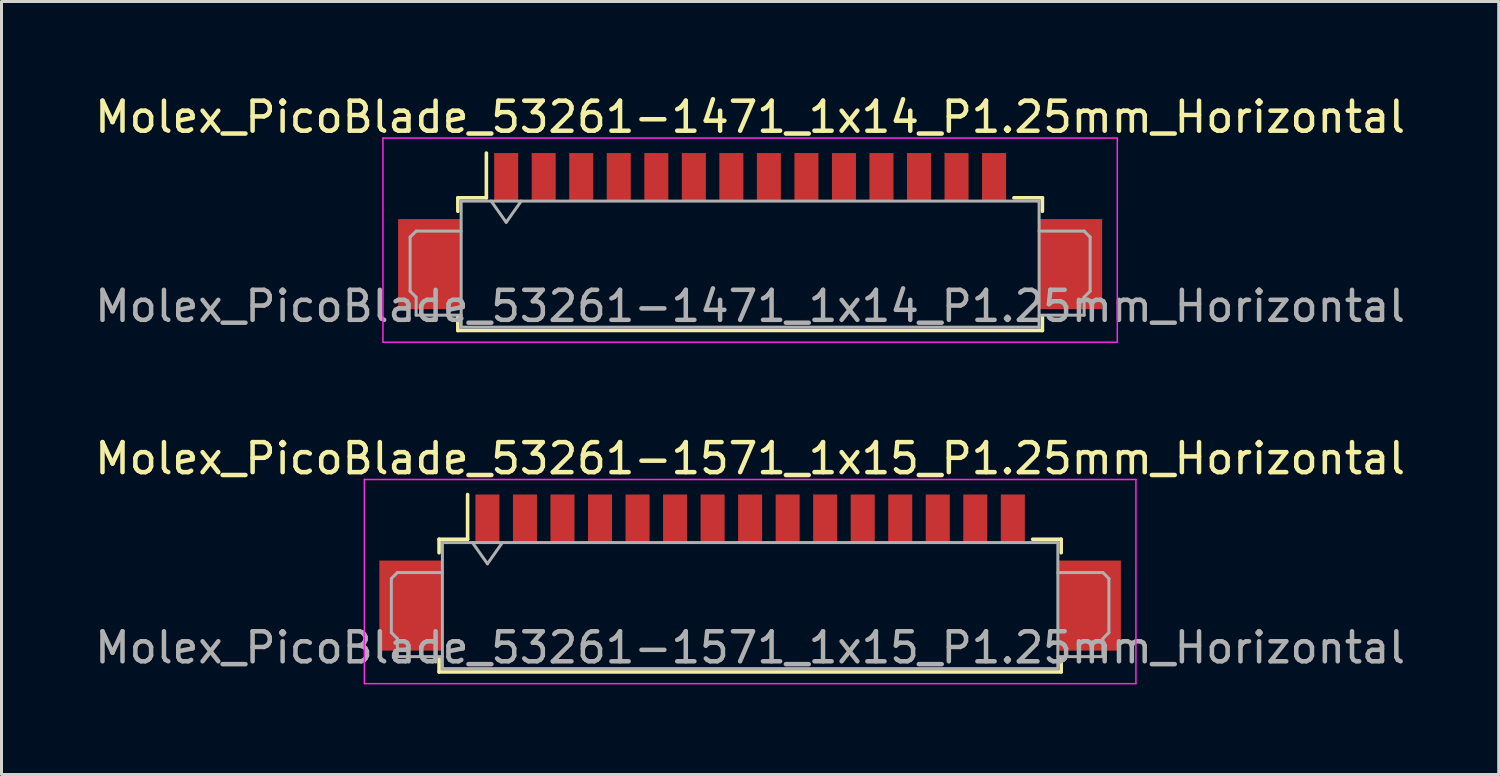
<source format=kicad_pcb>
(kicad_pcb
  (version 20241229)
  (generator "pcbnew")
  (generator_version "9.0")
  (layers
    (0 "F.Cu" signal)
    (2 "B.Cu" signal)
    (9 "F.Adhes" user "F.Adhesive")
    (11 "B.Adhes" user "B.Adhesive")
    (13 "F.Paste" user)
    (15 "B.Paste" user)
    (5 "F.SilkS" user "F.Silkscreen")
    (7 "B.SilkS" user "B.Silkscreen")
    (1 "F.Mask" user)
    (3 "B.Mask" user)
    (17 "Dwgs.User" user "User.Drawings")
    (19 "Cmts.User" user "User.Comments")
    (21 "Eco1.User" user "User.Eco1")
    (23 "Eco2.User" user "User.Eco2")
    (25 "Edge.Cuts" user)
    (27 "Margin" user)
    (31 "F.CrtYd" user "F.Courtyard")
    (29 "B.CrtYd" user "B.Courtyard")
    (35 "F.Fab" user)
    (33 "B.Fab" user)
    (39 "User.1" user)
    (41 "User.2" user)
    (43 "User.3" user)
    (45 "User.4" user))
  (footprint "Molex_PicoBlade_53261-1571_1x15_P1.25mm_Horizontal"
    (layer "F.Cu")
    (at 21.935 16.021)
    (property "Reference" "Molex_PicoBlade_53261-1571_1x15_P1.25mm_Horizontal" (at 0 -3.8 0) (layer "F.SilkS") (effects (font (size 1 1) (thickness 0.15))))
    (attr smd)
    (fp_line (start -10.36 -1.11) (end -9.41 -1.11) (stroke (width 0.12) (type solid)) (layer "F.SilkS"))
    (fp_line (start -10.36 -0.66) (end -10.36 -1.11) (stroke (width 0.12) (type solid)) (layer "F.SilkS"))
    (fp_line (start -10.36 2.86) (end -10.36 3.31) (stroke (width 0.12) (type solid)) (layer "F.SilkS"))
    (fp_line (start -10.36 3.31) (end 10.36 3.31) (stroke (width 0.12) (type solid)) (layer "F.SilkS"))
    (fp_line (start -9.41 -1.11) (end -9.41 -2.6) (stroke (width 0.12) (type solid)) (layer "F.SilkS"))
    (fp_line (start 10.36 -1.11) (end 9.41 -1.11) (stroke (width 0.12) (type solid)) (layer "F.SilkS"))
    (fp_line (start 10.36 -0.66) (end 10.36 -1.11) (stroke (width 0.12) (type solid)) (layer "F.SilkS"))
    (fp_line (start 10.36 3.31) (end 10.36 2.86) (stroke (width 0.12) (type solid)) (layer "F.SilkS"))
    (fp_line (start -12.85 -3.1) (end -12.85 3.7) (stroke (width 0.05) (type solid)) (layer "F.CrtYd"))
    (fp_line (start -12.85 3.7) (end 12.85 3.7) (stroke (width 0.05) (type solid)) (layer "F.CrtYd"))
    (fp_line (start 12.85 -3.1) (end -12.85 -3.1) (stroke (width 0.05) (type solid)) (layer "F.CrtYd"))
    (fp_line (start 12.85 3.7) (end 12.85 -3.1) (stroke (width 0.05) (type solid)) (layer "F.CrtYd"))
    (fp_line (start -11.95 0.2) (end -11.95 2) (stroke (width 0.1) (type solid)) (layer "F.Fab"))
    (fp_line (start -11.95 2) (end -11.75 2.2) (stroke (width 0.1) (type solid)) (layer "F.Fab"))
    (fp_line (start -11.75 0) (end -11.95 0.2) (stroke (width 0.1) (type solid)) (layer "F.Fab"))
    (fp_line (start -11.75 2.2) (end -11.75 2.8) (stroke (width 0.1) (type solid)) (layer "F.Fab"))
    (fp_line (start -11.75 2.8) (end -10.25 2.8) (stroke (width 0.1) (type solid)) (layer "F.Fab"))
    (fp_line (start -10.25 -1) (end -10.25 3.2) (stroke (width 0.1) (type solid)) (layer "F.Fab"))
    (fp_line (start -10.25 -1) (end 10.25 -1) (stroke (width 0.1) (type solid)) (layer "F.Fab"))
    (fp_line (start -10.25 0) (end -11.75 0) (stroke (width 0.1) (type solid)) (layer "F.Fab"))
    (fp_line (start -10.25 3.2) (end 10.25 3.2) (stroke (width 0.1) (type solid)) (layer "F.Fab"))
    (fp_line (start -9.25 -1) (end -8.75 -0.293) (stroke (width 0.1) (type solid)) (layer "F.Fab"))
    (fp_line (start -8.75 -0.293) (end -8.25 -1) (stroke (width 0.1) (type solid)) (layer "F.Fab"))
    (fp_line (start 10.25 -1) (end 10.25 3.2) (stroke (width 0.1) (type solid)) (layer "F.Fab"))
    (fp_line (start 10.25 0) (end 11.75 0) (stroke (width 0.1) (type solid)) (layer "F.Fab"))
    (fp_line (start 11.75 0) (end 11.95 0.2) (stroke (width 0.1) (type solid)) (layer "F.Fab"))
    (fp_line (start 11.75 2.2) (end 11.75 2.8) (stroke (width 0.1) (type solid)) (layer "F.Fab"))
    (fp_line (start 11.75 2.8) (end 10.25 2.8) (stroke (width 0.1) (type solid)) (layer "F.Fab"))
    (fp_line (start 11.95 0.2) (end 11.95 2) (stroke (width 0.1) (type solid)) (layer "F.Fab"))
    (fp_line (start 11.95 2) (end 11.75 2.2) (stroke (width 0.1) (type solid)) (layer "F.Fab"))
    (fp_text user "${REFERENCE}" (at 0 2.5 0) (layer "F.Fab") (effects (font (size 1 1) (thickness 0.15))))
    (pad "" smd rect (at -11.3 1.1) (size 2.1 3) (layers "F.Cu" "F.Mask" "F.Paste"))
    (pad "" smd rect (at 11.3 1.1) (size 2.1 3) (layers "F.Cu" "F.Mask" "F.Paste"))
    (pad "1" smd rect (at -8.75 -1.8) (size 0.8 1.6) (layers "F.Cu" "F.Mask" "F.Paste"))
    (pad "2" smd rect (at -7.5 -1.8) (size 0.8 1.6) (layers "F.Cu" "F.Mask" "F.Paste"))
    (pad "3" smd rect (at -6.25 -1.8) (size 0.8 1.6) (layers "F.Cu" "F.Mask" "F.Paste"))
    (pad "4" smd rect (at -5 -1.8) (size 0.8 1.6) (layers "F.Cu" "F.Mask" "F.Paste"))
    (pad "5" smd rect (at -3.75 -1.8) (size 0.8 1.6) (layers "F.Cu" "F.Mask" "F.Paste"))
    (pad "6" smd rect (at -2.5 -1.8) (size 0.8 1.6) (layers "F.Cu" "F.Mask" "F.Paste"))
    (pad "7" smd rect (at -1.25 -1.8) (size 0.8 1.6) (layers "F.Cu" "F.Mask" "F.Paste"))
    (pad "8" smd rect (at 0 -1.8) (size 0.8 1.6) (layers "F.Cu" "F.Mask" "F.Paste"))
    (pad "9" smd rect (at 1.25 -1.8) (size 0.8 1.6) (layers "F.Cu" "F.Mask" "F.Paste"))
    (pad "10" smd rect (at 2.5 -1.8) (size 0.8 1.6) (layers "F.Cu" "F.Mask" "F.Paste"))
    (pad "11" smd rect (at 3.75 -1.8) (size 0.8 1.6) (layers "F.Cu" "F.Mask" "F.Paste"))
    (pad "12" smd rect (at 5 -1.8) (size 0.8 1.6) (layers "F.Cu" "F.Mask" "F.Paste"))
    (pad "13" smd rect (at 6.25 -1.8) (size 0.8 1.6) (layers "F.Cu" "F.Mask" "F.Paste"))
    (pad "14" smd rect (at 7.5 -1.8) (size 0.8 1.6) (layers "F.Cu" "F.Mask" "F.Paste"))
    (pad "15" smd rect (at 8.75 -1.8) (size 0.8 1.6) (layers "F.Cu" "F.Mask" "F.Paste")))
  (footprint "Molex_PicoBlade_53261-1471_1x14_P1.25mm_Horizontal"
    (layer "F.Cu")
    (at 21.935 4.648)
    (property "Reference" "Molex_PicoBlade_53261-1471_1x14_P1.25mm_Horizontal" (at 0 -3.8 0) (layer "F.SilkS") (effects (font (size 1 1) (thickness 0.15))))
    (attr smd)
    (fp_line (start -9.735 -1.11) (end -8.785 -1.11) (stroke (width 0.12) (type solid)) (layer "F.SilkS"))
    (fp_line (start -9.735 -0.66) (end -9.735 -1.11) (stroke (width 0.12) (type solid)) (layer "F.SilkS"))
    (fp_line (start -9.735 2.86) (end -9.735 3.31) (stroke (width 0.12) (type solid)) (layer "F.SilkS"))
    (fp_line (start -9.735 3.31) (end 9.735 3.31) (stroke (width 0.12) (type solid)) (layer "F.SilkS"))
    (fp_line (start -8.785 -1.11) (end -8.785 -2.6) (stroke (width 0.12) (type solid)) (layer "F.SilkS"))
    (fp_line (start 9.735 -1.11) (end 8.785 -1.11) (stroke (width 0.12) (type solid)) (layer "F.SilkS"))
    (fp_line (start 9.735 -0.66) (end 9.735 -1.11) (stroke (width 0.12) (type solid)) (layer "F.SilkS"))
    (fp_line (start 9.735 3.31) (end 9.735 2.86) (stroke (width 0.12) (type solid)) (layer "F.SilkS"))
    (fp_line (start -12.23 -3.1) (end -12.23 3.7) (stroke (width 0.05) (type solid)) (layer "F.CrtYd"))
    (fp_line (start -12.23 3.7) (end 12.23 3.7) (stroke (width 0.05) (type solid)) (layer "F.CrtYd"))
    (fp_line (start 12.23 -3.1) (end -12.23 -3.1) (stroke (width 0.05) (type solid)) (layer "F.CrtYd"))
    (fp_line (start 12.23 3.7) (end 12.23 -3.1) (stroke (width 0.05) (type solid)) (layer "F.CrtYd"))
    (fp_line (start -11.325 0.2) (end -11.325 2) (stroke (width 0.1) (type solid)) (layer "F.Fab"))
    (fp_line (start -11.325 2) (end -11.125 2.2) (stroke (width 0.1) (type solid)) (layer "F.Fab"))
    (fp_line (start -11.125 0) (end -11.325 0.2) (stroke (width 0.1) (type solid)) (layer "F.Fab"))
    (fp_line (start -11.125 2.2) (end -11.125 2.8) (stroke (width 0.1) (type solid)) (layer "F.Fab"))
    (fp_line (start -11.125 2.8) (end -9.625 2.8) (stroke (width 0.1) (type solid)) (layer "F.Fab"))
    (fp_line (start -9.625 -1) (end -9.625 3.2) (stroke (width 0.1) (type solid)) (layer "F.Fab"))
    (fp_line (start -9.625 -1) (end 9.625 -1) (stroke (width 0.1) (type solid)) (layer "F.Fab"))
    (fp_line (start -9.625 0) (end -11.125 0) (stroke (width 0.1) (type solid)) (layer "F.Fab"))
    (fp_line (start -9.625 3.2) (end 9.625 3.2) (stroke (width 0.1) (type solid)) (layer "F.Fab"))
    (fp_line (start -8.625 -1) (end -8.125 -0.293) (stroke (width 0.1) (type solid)) (layer "F.Fab"))
    (fp_line (start -8.125 -0.293) (end -7.625 -1) (stroke (width 0.1) (type solid)) (layer "F.Fab"))
    (fp_line (start 9.625 -1) (end 9.625 3.2) (stroke (width 0.1) (type solid)) (layer "F.Fab"))
    (fp_line (start 9.625 0) (end 11.125 0) (stroke (width 0.1) (type solid)) (layer "F.Fab"))
    (fp_line (start 11.125 0) (end 11.325 0.2) (stroke (width 0.1) (type solid)) (layer "F.Fab"))
    (fp_line (start 11.125 2.2) (end 11.125 2.8) (stroke (width 0.1) (type solid)) (layer "F.Fab"))
    (fp_line (start 11.125 2.8) (end 9.625 2.8) (stroke (width 0.1) (type solid)) (layer "F.Fab"))
    (fp_line (start 11.325 0.2) (end 11.325 2) (stroke (width 0.1) (type solid)) (layer "F.Fab"))
    (fp_line (start 11.325 2) (end 11.125 2.2) (stroke (width 0.1) (type solid)) (layer "F.Fab"))
    (fp_text user "${REFERENCE}" (at 0 2.5 0) (layer "F.Fab") (effects (font (size 1 1) (thickness 0.15))))
    (pad "" smd rect (at -10.675 1.1) (size 2.1 3) (layers "F.Cu" "F.Mask" "F.Paste"))
    (pad "" smd rect (at 10.675 1.1) (size 2.1 3) (layers "F.Cu" "F.Mask" "F.Paste"))
    (pad "1" smd rect (at -8.125 -1.8) (size 0.8 1.6) (layers "F.Cu" "F.Mask" "F.Paste"))
    (pad "2" smd rect (at -6.875 -1.8) (size 0.8 1.6) (layers "F.Cu" "F.Mask" "F.Paste"))
    (pad "3" smd rect (at -5.625 -1.8) (size 0.8 1.6) (layers "F.Cu" "F.Mask" "F.Paste"))
    (pad "4" smd rect (at -4.375 -1.8) (size 0.8 1.6) (layers "F.Cu" "F.Mask" "F.Paste"))
    (pad "5" smd rect (at -3.125 -1.8) (size 0.8 1.6) (layers "F.Cu" "F.Mask" "F.Paste"))
    (pad "6" smd rect (at -1.875 -1.8) (size 0.8 1.6) (layers "F.Cu" "F.Mask" "F.Paste"))
    (pad "7" smd rect (at -0.625 -1.8) (size 0.8 1.6) (layers "F.Cu" "F.Mask" "F.Paste"))
    (pad "8" smd rect (at 0.625 -1.8) (size 0.8 1.6) (layers "F.Cu" "F.Mask" "F.Paste"))
    (pad "9" smd rect (at 1.875 -1.8) (size 0.8 1.6) (layers "F.Cu" "F.Mask" "F.Paste"))
    (pad "10" smd rect (at 3.125 -1.8) (size 0.8 1.6) (layers "F.Cu" "F.Mask" "F.Paste"))
    (pad "11" smd rect (at 4.375 -1.8) (size 0.8 1.6) (layers "F.Cu" "F.Mask" "F.Paste"))
    (pad "12" smd rect (at 5.625 -1.8) (size 0.8 1.6) (layers "F.Cu" "F.Mask" "F.Paste"))
    (pad "13" smd rect (at 6.875 -1.8) (size 0.8 1.6) (layers "F.Cu" "F.Mask" "F.Paste"))
    (pad "14" smd rect (at 8.125 -1.8) (size 0.8 1.6) (layers "F.Cu" "F.Mask" "F.Paste")))
  (gr_rect
    (start -3 -3)
    (end 46.869 22.747)
    (stroke (width 0.1) (type default))
    (fill no)
    (layer "Edge.Cuts")))
</source>
